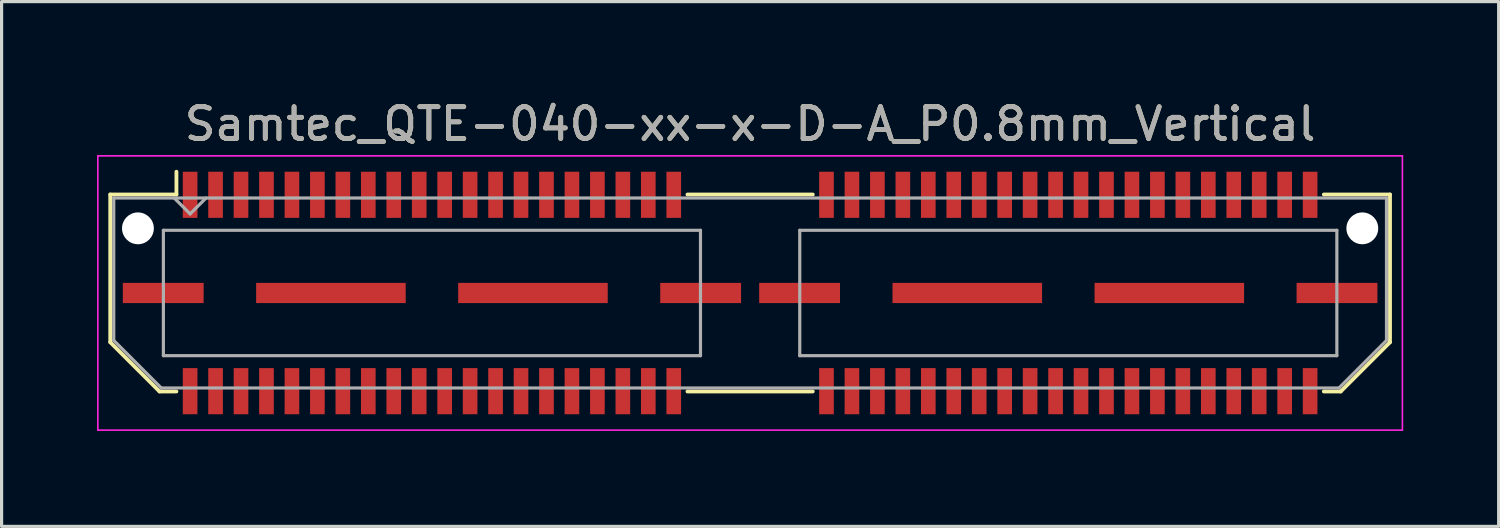
<source format=kicad_pcb>
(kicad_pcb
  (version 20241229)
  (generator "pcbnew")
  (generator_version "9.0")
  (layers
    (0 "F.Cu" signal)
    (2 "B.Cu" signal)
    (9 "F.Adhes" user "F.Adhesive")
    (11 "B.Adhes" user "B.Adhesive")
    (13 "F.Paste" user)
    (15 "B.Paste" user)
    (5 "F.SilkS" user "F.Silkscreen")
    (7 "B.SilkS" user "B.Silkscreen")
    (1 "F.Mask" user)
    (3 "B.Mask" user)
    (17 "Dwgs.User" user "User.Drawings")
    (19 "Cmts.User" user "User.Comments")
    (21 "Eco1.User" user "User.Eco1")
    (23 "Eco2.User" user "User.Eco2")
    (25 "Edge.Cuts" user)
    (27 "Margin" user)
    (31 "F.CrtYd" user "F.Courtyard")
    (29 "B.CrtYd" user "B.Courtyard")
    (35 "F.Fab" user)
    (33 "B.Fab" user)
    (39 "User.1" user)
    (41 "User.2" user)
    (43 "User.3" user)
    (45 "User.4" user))
  (footprint "Samtec_QTE-040-xx-x-D-A_P0.8mm_Vertical"
    (layer "F.Cu")
    (at 20.525 6.158)
    (property "Reference" "Samtec_QTE-040-xx-x-D-A_P0.8mm_Vertical" (at 0 -5.31 0) (layer "F.SilkS") (effects (font (size 1 1) (thickness 0.15))))
    (attr smd)
    (fp_line (start -20.11 -3.095) (end -20.11 1.548) (stroke (width 0.12) (type solid)) (layer "F.SilkS"))
    (fp_line (start -20.11 1.548) (end -18.562 3.095) (stroke (width 0.12) (type solid)) (layer "F.SilkS"))
    (fp_line (start -18.562 3.095) (end -18.03 3.095) (stroke (width 0.12) (type solid)) (layer "F.SilkS"))
    (fp_line (start -18.03 -3.811) (end -18.03 -3.095) (stroke (width 0.12) (type solid)) (layer "F.SilkS"))
    (fp_line (start -18.03 -3.095) (end -20.11 -3.095) (stroke (width 0.12) (type solid)) (layer "F.SilkS"))
    (fp_line (start -1.97 -3.095) (end 1.97 -3.095) (stroke (width 0.12) (type solid)) (layer "F.SilkS"))
    (fp_line (start -1.97 3.095) (end 1.97 3.095) (stroke (width 0.12) (type solid)) (layer "F.SilkS"))
    (fp_line (start 18.03 -3.095) (end 20.11 -3.095) (stroke (width 0.12) (type solid)) (layer "F.SilkS"))
    (fp_line (start 18.562 3.095) (end 18.03 3.095) (stroke (width 0.12) (type solid)) (layer "F.SilkS"))
    (fp_line (start 20.11 -3.095) (end 20.11 1.548) (stroke (width 0.12) (type solid)) (layer "F.SilkS"))
    (fp_line (start 20.11 1.548) (end 18.562 3.095) (stroke (width 0.12) (type solid)) (layer "F.SilkS"))
    (fp_line (start -20.5 -4.31) (end -20.5 4.31) (stroke (width 0.05) (type solid)) (layer "F.CrtYd"))
    (fp_line (start -20.5 4.31) (end 20.5 4.31) (stroke (width 0.05) (type solid)) (layer "F.CrtYd"))
    (fp_line (start 20.5 -4.31) (end -20.5 -4.31) (stroke (width 0.05) (type solid)) (layer "F.CrtYd"))
    (fp_line (start 20.5 4.31) (end 20.5 -4.31) (stroke (width 0.05) (type solid)) (layer "F.CrtYd"))
    (fp_line (start -20 -2.985) (end -20 1.492) (stroke (width 0.1) (type solid)) (layer "F.Fab"))
    (fp_line (start -20 -2.985) (end 20 -2.985) (stroke (width 0.1) (type solid)) (layer "F.Fab"))
    (fp_line (start -20 1.492) (end -18.508 2.985) (stroke (width 0.1) (type solid)) (layer "F.Fab"))
    (fp_line (start -18.508 2.985) (end 18.508 2.985) (stroke (width 0.1) (type solid)) (layer "F.Fab"))
    (fp_line (start -18.44 -1.97) (end -18.44 1.97) (stroke (width 0.1) (type solid)) (layer "F.Fab"))
    (fp_line (start -18.44 1.97) (end -1.56 1.97) (stroke (width 0.1) (type solid)) (layer "F.Fab"))
    (fp_line (start -17.6 -2.485) (end -18.1 -2.985) (stroke (width 0.1) (type solid)) (layer "F.Fab"))
    (fp_line (start -17.1 -2.985) (end -17.6 -2.485) (stroke (width 0.1) (type solid)) (layer "F.Fab"))
    (fp_line (start -1.56 -1.97) (end -18.44 -1.97) (stroke (width 0.1) (type solid)) (layer "F.Fab"))
    (fp_line (start -1.56 1.97) (end -1.56 -1.97) (stroke (width 0.1) (type solid)) (layer "F.Fab"))
    (fp_line (start 1.56 -1.97) (end 1.56 1.97) (stroke (width 0.1) (type solid)) (layer "F.Fab"))
    (fp_line (start 1.56 1.97) (end 18.44 1.97) (stroke (width 0.1) (type solid)) (layer "F.Fab"))
    (fp_line (start 18.44 -1.97) (end 1.56 -1.97) (stroke (width 0.1) (type solid)) (layer "F.Fab"))
    (fp_line (start 18.44 1.97) (end 18.44 -1.97) (stroke (width 0.1) (type solid)) (layer "F.Fab"))
    (fp_line (start 20 -2.985) (end 20 1.492) (stroke (width 0.1) (type solid)) (layer "F.Fab"))
    (fp_line (start 20 1.492) (end 18.508 2.985) (stroke (width 0.1) (type solid)) (layer "F.Fab"))
    (fp_text user "${REFERENCE}" (at 0 -5.31 0) (layer "F.Fab") (effects (font (size 1 1) (thickness 0.15))))
    (pad "" np_thru_hole circle (at -19.24 -2.032) (size 1 1) (drill 1) (layers "*.Cu" "*.Mask"))
    (pad "" np_thru_hole circle (at 19.24 -2.032) (size 1 1) (drill 1) (layers "*.Cu" "*.Mask"))
    (pad "1" smd rect (at -17.6 -3.086) (size 0.46 1.45) (layers "F.Cu" "F.Mask" "F.Paste"))
    (pad "2" smd rect (at -17.6 3.086) (size 0.46 1.45) (layers "F.Cu" "F.Mask" "F.Paste"))
    (pad "3" smd rect (at -16.8 -3.086) (size 0.46 1.45) (layers "F.Cu" "F.Mask" "F.Paste"))
    (pad "4" smd rect (at -16.8 3.086) (size 0.46 1.45) (layers "F.Cu" "F.Mask" "F.Paste"))
    (pad "5" smd rect (at -16 -3.086) (size 0.46 1.45) (layers "F.Cu" "F.Mask" "F.Paste"))
    (pad "6" smd rect (at -16 3.086) (size 0.46 1.45) (layers "F.Cu" "F.Mask" "F.Paste"))
    (pad "7" smd rect (at -15.2 -3.086) (size 0.46 1.45) (layers "F.Cu" "F.Mask" "F.Paste"))
    (pad "8" smd rect (at -15.2 3.086) (size 0.46 1.45) (layers "F.Cu" "F.Mask" "F.Paste"))
    (pad "9" smd rect (at -14.4 -3.086) (size 0.46 1.45) (layers "F.Cu" "F.Mask" "F.Paste"))
    (pad "10" smd rect (at -14.4 3.086) (size 0.46 1.45) (layers "F.Cu" "F.Mask" "F.Paste"))
    (pad "11" smd rect (at -13.6 -3.086) (size 0.46 1.45) (layers "F.Cu" "F.Mask" "F.Paste"))
    (pad "12" smd rect (at -13.6 3.086) (size 0.46 1.45) (layers "F.Cu" "F.Mask" "F.Paste"))
    (pad "13" smd rect (at -12.8 -3.086) (size 0.46 1.45) (layers "F.Cu" "F.Mask" "F.Paste"))
    (pad "14" smd rect (at -12.8 3.086) (size 0.46 1.45) (layers "F.Cu" "F.Mask" "F.Paste"))
    (pad "15" smd rect (at -12 -3.086) (size 0.46 1.45) (layers "F.Cu" "F.Mask" "F.Paste"))
    (pad "16" smd rect (at -12 3.086) (size 0.46 1.45) (layers "F.Cu" "F.Mask" "F.Paste"))
    (pad "17" smd rect (at -11.2 -3.086) (size 0.46 1.45) (layers "F.Cu" "F.Mask" "F.Paste"))
    (pad "18" smd rect (at -11.2 3.086) (size 0.46 1.45) (layers "F.Cu" "F.Mask" "F.Paste"))
    (pad "19" smd rect (at -10.4 -3.086) (size 0.46 1.45) (layers "F.Cu" "F.Mask" "F.Paste"))
    (pad "20" smd rect (at -10.4 3.086) (size 0.46 1.45) (layers "F.Cu" "F.Mask" "F.Paste"))
    (pad "21" smd rect (at -9.6 -3.086) (size 0.46 1.45) (layers "F.Cu" "F.Mask" "F.Paste"))
    (pad "22" smd rect (at -9.6 3.086) (size 0.46 1.45) (layers "F.Cu" "F.Mask" "F.Paste"))
    (pad "23" smd rect (at -8.8 -3.086) (size 0.46 1.45) (layers "F.Cu" "F.Mask" "F.Paste"))
    (pad "24" smd rect (at -8.8 3.086) (size 0.46 1.45) (layers "F.Cu" "F.Mask" "F.Paste"))
    (pad "25" smd rect (at -8 -3.086) (size 0.46 1.45) (layers "F.Cu" "F.Mask" "F.Paste"))
    (pad "26" smd rect (at -8 3.086) (size 0.46 1.45) (layers "F.Cu" "F.Mask" "F.Paste"))
    (pad "27" smd rect (at -7.2 -3.086) (size 0.46 1.45) (layers "F.Cu" "F.Mask" "F.Paste"))
    (pad "28" smd rect (at -7.2 3.086) (size 0.46 1.45) (layers "F.Cu" "F.Mask" "F.Paste"))
    (pad "29" smd rect (at -6.4 -3.086) (size 0.46 1.45) (layers "F.Cu" "F.Mask" "F.Paste"))
    (pad "30" smd rect (at -6.4 3.086) (size 0.46 1.45) (layers "F.Cu" "F.Mask" "F.Paste"))
    (pad "31" smd rect (at -5.6 -3.086) (size 0.46 1.45) (layers "F.Cu" "F.Mask" "F.Paste"))
    (pad "32" smd rect (at -5.6 3.086) (size 0.46 1.45) (layers "F.Cu" "F.Mask" "F.Paste"))
    (pad "33" smd rect (at -4.8 -3.086) (size 0.46 1.45) (layers "F.Cu" "F.Mask" "F.Paste"))
    (pad "34" smd rect (at -4.8 3.086) (size 0.46 1.45) (layers "F.Cu" "F.Mask" "F.Paste"))
    (pad "35" smd rect (at -4 -3.086) (size 0.46 1.45) (layers "F.Cu" "F.Mask" "F.Paste"))
    (pad "36" smd rect (at -4 3.086) (size 0.46 1.45) (layers "F.Cu" "F.Mask" "F.Paste"))
    (pad "37" smd rect (at -3.2 -3.086) (size 0.46 1.45) (layers "F.Cu" "F.Mask" "F.Paste"))
    (pad "38" smd rect (at -3.2 3.086) (size 0.46 1.45) (layers "F.Cu" "F.Mask" "F.Paste"))
    (pad "39" smd rect (at -2.4 -3.086) (size 0.46 1.45) (layers "F.Cu" "F.Mask" "F.Paste"))
    (pad "40" smd rect (at -2.4 3.086) (size 0.46 1.45) (layers "F.Cu" "F.Mask" "F.Paste"))
    (pad "41" smd rect (at 2.4 -3.086) (size 0.46 1.45) (layers "F.Cu" "F.Mask" "F.Paste"))
    (pad "42" smd rect (at 2.4 3.086) (size 0.46 1.45) (layers "F.Cu" "F.Mask" "F.Paste"))
    (pad "43" smd rect (at 3.2 -3.086) (size 0.46 1.45) (layers "F.Cu" "F.Mask" "F.Paste"))
    (pad "44" smd rect (at 3.2 3.086) (size 0.46 1.45) (layers "F.Cu" "F.Mask" "F.Paste"))
    (pad "45" smd rect (at 4 -3.086) (size 0.46 1.45) (layers "F.Cu" "F.Mask" "F.Paste"))
    (pad "46" smd rect (at 4 3.086) (size 0.46 1.45) (layers "F.Cu" "F.Mask" "F.Paste"))
    (pad "47" smd rect (at 4.8 -3.086) (size 0.46 1.45) (layers "F.Cu" "F.Mask" "F.Paste"))
    (pad "48" smd rect (at 4.8 3.086) (size 0.46 1.45) (layers "F.Cu" "F.Mask" "F.Paste"))
    (pad "49" smd rect (at 5.6 -3.086) (size 0.46 1.45) (layers "F.Cu" "F.Mask" "F.Paste"))
    (pad "50" smd rect (at 5.6 3.086) (size 0.46 1.45) (layers "F.Cu" "F.Mask" "F.Paste"))
    (pad "51" smd rect (at 6.4 -3.086) (size 0.46 1.45) (layers "F.Cu" "F.Mask" "F.Paste"))
    (pad "52" smd rect (at 6.4 3.086) (size 0.46 1.45) (layers "F.Cu" "F.Mask" "F.Paste"))
    (pad "53" smd rect (at 7.2 -3.086) (size 0.46 1.45) (layers "F.Cu" "F.Mask" "F.Paste"))
    (pad "54" smd rect (at 7.2 3.086) (size 0.46 1.45) (layers "F.Cu" "F.Mask" "F.Paste"))
    (pad "55" smd rect (at 8 -3.086) (size 0.46 1.45) (layers "F.Cu" "F.Mask" "F.Paste"))
    (pad "56" smd rect (at 8 3.086) (size 0.46 1.45) (layers "F.Cu" "F.Mask" "F.Paste"))
    (pad "57" smd rect (at 8.8 -3.086) (size 0.46 1.45) (layers "F.Cu" "F.Mask" "F.Paste"))
    (pad "58" smd rect (at 8.8 3.086) (size 0.46 1.45) (layers "F.Cu" "F.Mask" "F.Paste"))
    (pad "59" smd rect (at 9.6 -3.086) (size 0.46 1.45) (layers "F.Cu" "F.Mask" "F.Paste"))
    (pad "60" smd rect (at 9.6 3.086) (size 0.46 1.45) (layers "F.Cu" "F.Mask" "F.Paste"))
    (pad "61" smd rect (at 10.4 -3.086) (size 0.46 1.45) (layers "F.Cu" "F.Mask" "F.Paste"))
    (pad "62" smd rect (at 10.4 3.086) (size 0.46 1.45) (layers "F.Cu" "F.Mask" "F.Paste"))
    (pad "63" smd rect (at 11.2 -3.086) (size 0.46 1.45) (layers "F.Cu" "F.Mask" "F.Paste"))
    (pad "64" smd rect (at 11.2 3.086) (size 0.46 1.45) (layers "F.Cu" "F.Mask" "F.Paste"))
    (pad "65" smd rect (at 12 -3.086) (size 0.46 1.45) (layers "F.Cu" "F.Mask" "F.Paste"))
    (pad "66" smd rect (at 12 3.086) (size 0.46 1.45) (layers "F.Cu" "F.Mask" "F.Paste"))
    (pad "67" smd rect (at 12.8 -3.086) (size 0.46 1.45) (layers "F.Cu" "F.Mask" "F.Paste"))
    (pad "68" smd rect (at 12.8 3.086) (size 0.46 1.45) (layers "F.Cu" "F.Mask" "F.Paste"))
    (pad "69" smd rect (at 13.6 -3.086) (size 0.46 1.45) (layers "F.Cu" "F.Mask" "F.Paste"))
    (pad "70" smd rect (at 13.6 3.086) (size 0.46 1.45) (layers "F.Cu" "F.Mask" "F.Paste"))
    (pad "71" smd rect (at 14.4 -3.086) (size 0.46 1.45) (layers "F.Cu" "F.Mask" "F.Paste"))
    (pad "72" smd rect (at 14.4 3.086) (size 0.46 1.45) (layers "F.Cu" "F.Mask" "F.Paste"))
    (pad "73" smd rect (at 15.2 -3.086) (size 0.46 1.45) (layers "F.Cu" "F.Mask" "F.Paste"))
    (pad "74" smd rect (at 15.2 3.086) (size 0.46 1.45) (layers "F.Cu" "F.Mask" "F.Paste"))
    (pad "75" smd rect (at 16 -3.086) (size 0.46 1.45) (layers "F.Cu" "F.Mask" "F.Paste"))
    (pad "76" smd rect (at 16 3.086) (size 0.46 1.45) (layers "F.Cu" "F.Mask" "F.Paste"))
    (pad "77" smd rect (at 16.8 -3.086) (size 0.46 1.45) (layers "F.Cu" "F.Mask" "F.Paste"))
    (pad "78" smd rect (at 16.8 3.086) (size 0.46 1.45) (layers "F.Cu" "F.Mask" "F.Paste"))
    (pad "79" smd rect (at 17.6 -3.086) (size 0.46 1.45) (layers "F.Cu" "F.Mask" "F.Paste"))
    (pad "80" smd rect (at 17.6 3.086) (size 0.46 1.45) (layers "F.Cu" "F.Mask" "F.Paste"))
    (pad "P1" smd rect (at -18.445 0) (size 2.54 0.635) (layers "F.Cu" "F.Mask" "F.Paste"))
    (pad "P1" smd rect (at -13.175 0) (size 4.7 0.635) (layers "F.Cu" "F.Mask" "F.Paste"))
    (pad "P1" smd rect (at -6.825 0) (size 4.7 0.635) (layers "F.Cu" "F.Mask" "F.Paste"))
    (pad "P1" smd rect (at -1.555 0) (size 2.54 0.635) (layers "F.Cu" "F.Mask" "F.Paste"))
    (pad "P2" smd rect (at 1.555 0) (size 2.54 0.635) (layers "F.Cu" "F.Mask" "F.Paste"))
    (pad "P2" smd rect (at 6.825 0) (size 4.7 0.635) (layers "F.Cu" "F.Mask" "F.Paste"))
    (pad "P2" smd rect (at 13.175 0) (size 4.7 0.635) (layers "F.Cu" "F.Mask" "F.Paste"))
    (pad "P2" smd rect (at 18.445 0) (size 2.54 0.635) (layers "F.Cu" "F.Mask" "F.Paste")))
  (gr_rect
    (start -3 -3)
    (end 44.05 13.493)
    (stroke (width 0.1) (type default))
    (fill no)
    (layer "Edge.Cuts")))
</source>
